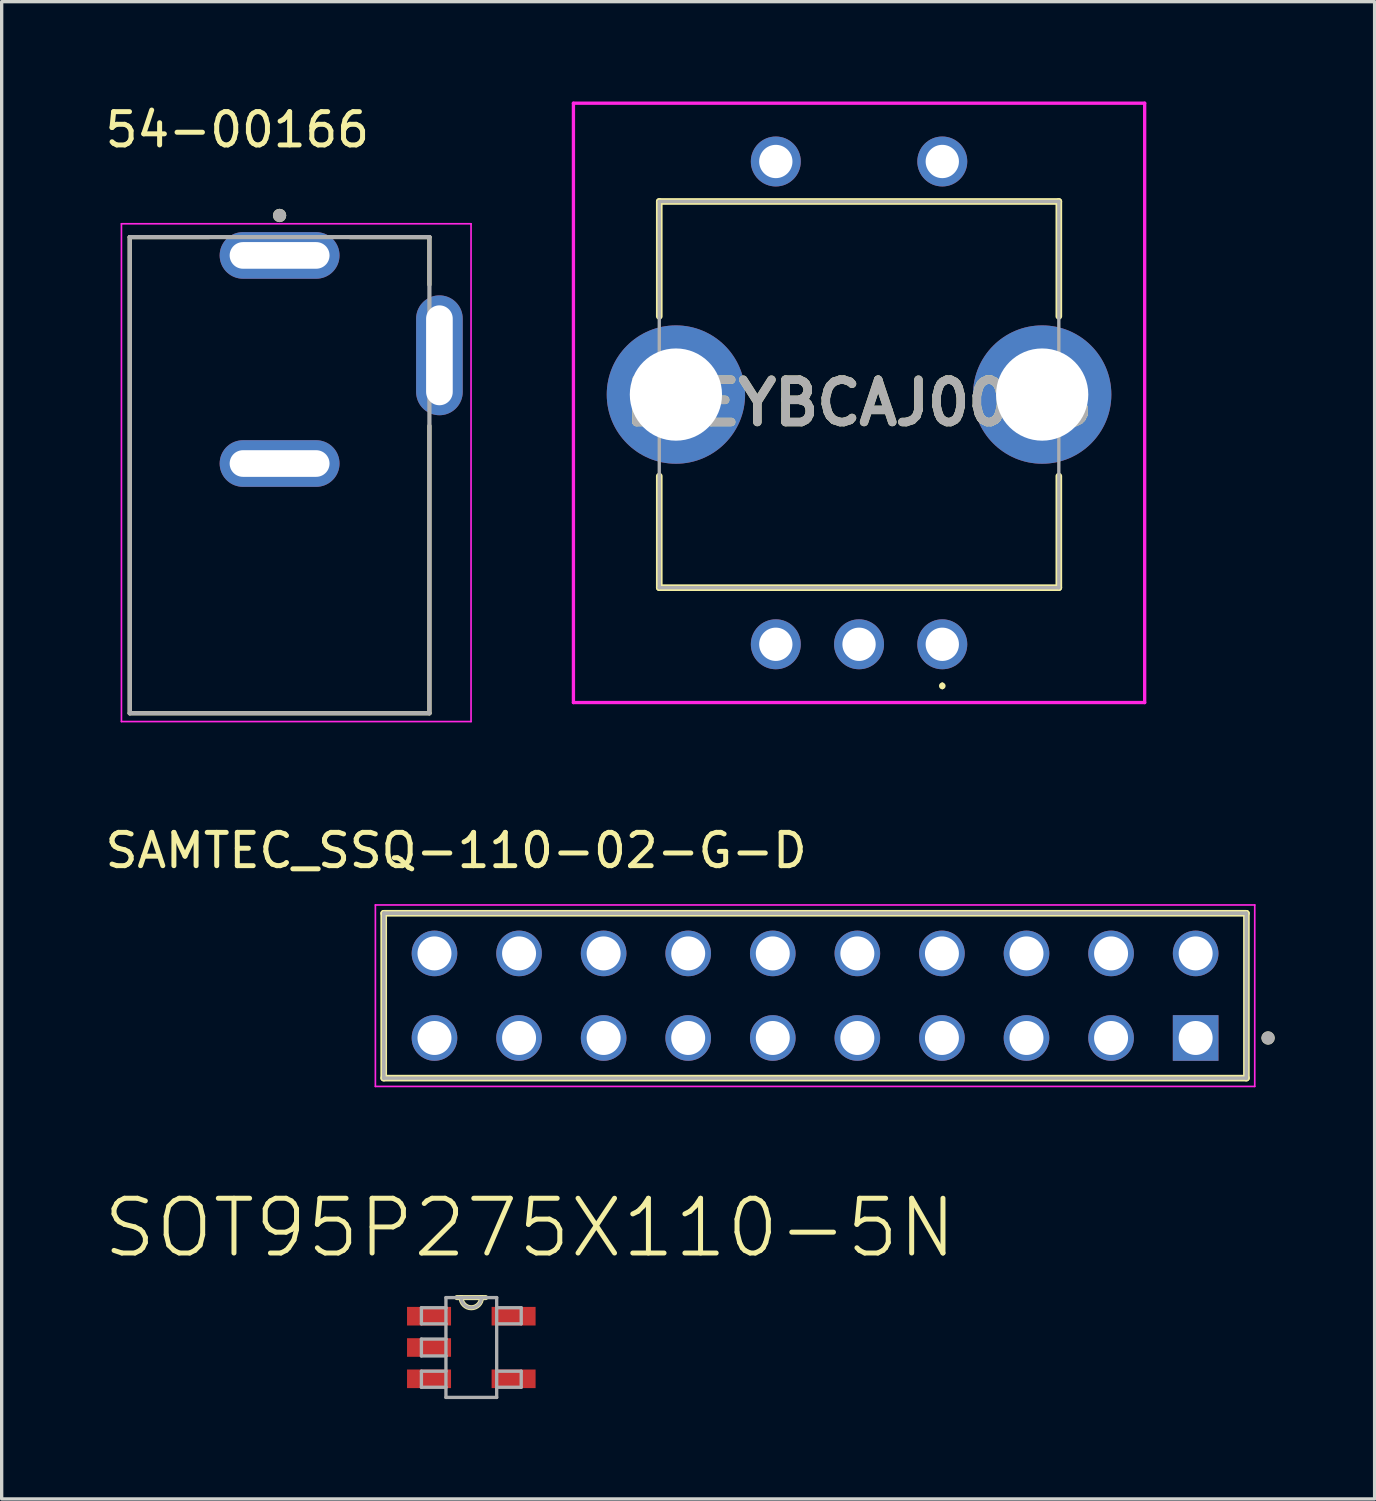
<source format=kicad_pcb>
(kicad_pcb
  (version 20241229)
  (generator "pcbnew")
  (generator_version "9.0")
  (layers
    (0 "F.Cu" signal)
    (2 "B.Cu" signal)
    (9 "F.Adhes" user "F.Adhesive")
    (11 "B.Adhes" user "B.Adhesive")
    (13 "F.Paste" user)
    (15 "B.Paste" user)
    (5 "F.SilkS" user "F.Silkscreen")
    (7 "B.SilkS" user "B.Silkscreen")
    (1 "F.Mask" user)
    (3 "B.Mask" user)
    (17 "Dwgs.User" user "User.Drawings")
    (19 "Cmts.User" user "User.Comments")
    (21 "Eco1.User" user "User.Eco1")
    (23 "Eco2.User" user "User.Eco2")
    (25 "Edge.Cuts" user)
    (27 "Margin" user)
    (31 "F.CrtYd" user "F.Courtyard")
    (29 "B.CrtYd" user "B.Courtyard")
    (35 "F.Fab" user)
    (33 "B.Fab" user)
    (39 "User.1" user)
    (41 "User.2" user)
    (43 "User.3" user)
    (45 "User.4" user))
  (footprint "SAMTEC_SSQ-110-02-G-D"
    (layer "F.Cu")
    (at 21.429 26.854)
    (property "Reference" "SAMTEC_SSQ-110-02-G-D" (at -10.78 -4.36 0) (layer "F.SilkS") (effects (font (size 1 1) (thickness 0.15))))
    (attr through_hole)
    (fp_line (start -12.955 2.475) (end -12.955 -2.475) (stroke (width 0.2) (type solid)) (layer "F.SilkS"))
    (fp_line (start 12.955 -2.475) (end -12.955 -2.475) (stroke (width 0.2) (type solid)) (layer "F.SilkS"))
    (fp_line (start 12.955 -2.475) (end 12.955 2.475) (stroke (width 0.2) (type solid)) (layer "F.SilkS"))
    (fp_line (start 12.955 2.475) (end -12.955 2.475) (stroke (width 0.2) (type solid)) (layer "F.SilkS"))
    (fp_circle (center 13.605 1.27) (end 13.705 1.27) (stroke (width 0.2) (type solid)) (fill no) (layer "F.SilkS"))
    (fp_line (start -13.205 -2.725) (end 13.205 -2.725) (stroke (width 0.05) (type solid)) (layer "F.CrtYd"))
    (fp_line (start -13.205 2.725) (end -13.205 -2.725) (stroke (width 0.05) (type solid)) (layer "F.CrtYd"))
    (fp_line (start 13.205 -2.725) (end 13.205 2.725) (stroke (width 0.05) (type solid)) (layer "F.CrtYd"))
    (fp_line (start 13.205 2.725) (end -13.205 2.725) (stroke (width 0.05) (type solid)) (layer "F.CrtYd"))
    (fp_line (start -12.955 -2.475) (end 12.955 -2.475) (stroke (width 0.1) (type solid)) (layer "F.Fab"))
    (fp_line (start -12.955 -2.475) (end 12.955 -2.475) (stroke (width 0.1) (type solid)) (layer "F.Fab"))
    (fp_line (start -12.955 2.475) (end -12.955 -2.475) (stroke (width 0.1) (type solid)) (layer "F.Fab"))
    (fp_line (start -12.955 2.475) (end -12.955 -2.475) (stroke (width 0.1) (type solid)) (layer "F.Fab"))
    (fp_line (start 12.955 -2.475) (end 12.955 2.475) (stroke (width 0.1) (type solid)) (layer "F.Fab"))
    (fp_line (start 12.955 -2.475) (end 12.955 2.475) (stroke (width 0.1) (type solid)) (layer "F.Fab"))
    (fp_line (start 12.955 2.475) (end -12.955 2.475) (stroke (width 0.1) (type solid)) (layer "F.Fab"))
    (fp_circle (center 13.605 1.27) (end 13.705 1.27) (stroke (width 0.2) (type solid)) (fill no) (layer "F.Fab"))
    (pad "01" thru_hole rect (at 11.43 1.27) (size 1.37 1.37) (drill 1.02) (layers "*.Cu" "*.Mask"))
    (pad "02" thru_hole circle (at 11.43 -1.27) (size 1.37 1.37) (drill 1.02) (layers "*.Cu" "*.Mask"))
    (pad "03" thru_hole circle (at 8.89 1.27) (size 1.37 1.37) (drill 1.02) (layers "*.Cu" "*.Mask"))
    (pad "04" thru_hole circle (at 8.89 -1.27) (size 1.37 1.37) (drill 1.02) (layers "*.Cu" "*.Mask"))
    (pad "05" thru_hole circle (at 6.35 1.27) (size 1.37 1.37) (drill 1.02) (layers "*.Cu" "*.Mask"))
    (pad "06" thru_hole circle (at 6.35 -1.27) (size 1.37 1.37) (drill 1.02) (layers "*.Cu" "*.Mask"))
    (pad "07" thru_hole circle (at 3.81 1.27) (size 1.37 1.37) (drill 1.02) (layers "*.Cu" "*.Mask"))
    (pad "08" thru_hole circle (at 3.81 -1.27) (size 1.37 1.37) (drill 1.02) (layers "*.Cu" "*.Mask"))
    (pad "09" thru_hole circle (at 1.27 1.27) (size 1.37 1.37) (drill 1.02) (layers "*.Cu" "*.Mask"))
    (pad "10" thru_hole circle (at 1.27 -1.27) (size 1.37 1.37) (drill 1.02) (layers "*.Cu" "*.Mask"))
    (pad "11" thru_hole circle (at -1.27 1.27) (size 1.37 1.37) (drill 1.02) (layers "*.Cu" "*.Mask"))
    (pad "12" thru_hole circle (at -1.27 -1.27) (size 1.37 1.37) (drill 1.02) (layers "*.Cu" "*.Mask"))
    (pad "13" thru_hole circle (at -3.81 1.27) (size 1.37 1.37) (drill 1.02) (layers "*.Cu" "*.Mask"))
    (pad "14" thru_hole circle (at -3.81 -1.27) (size 1.37 1.37) (drill 1.02) (layers "*.Cu" "*.Mask"))
    (pad "15" thru_hole circle (at -6.35 1.27) (size 1.37 1.37) (drill 1.02) (layers "*.Cu" "*.Mask"))
    (pad "16" thru_hole circle (at -6.35 -1.27) (size 1.37 1.37) (drill 1.02) (layers "*.Cu" "*.Mask"))
    (pad "17" thru_hole circle (at -8.89 1.27) (size 1.37 1.37) (drill 1.02) (layers "*.Cu" "*.Mask"))
    (pad "18" thru_hole circle (at -8.89 -1.27) (size 1.37 1.37) (drill 1.02) (layers "*.Cu" "*.Mask"))
    (pad "19" thru_hole circle (at -11.43 1.27) (size 1.37 1.37) (drill 1.02) (layers "*.Cu" "*.Mask"))
    (pad "20" thru_hole circle (at -11.43 -1.27) (size 1.37 1.37) (drill 1.02) (layers "*.Cu" "*.Mask")))
  (footprint "54-00166"
    (layer "F.Cu")
    (at 5.347 10.871)
    (property "Reference" "54-00166" (at -1.27 -10.023 0) (layer "F.SilkS") (effects (font (size 1 1) (thickness 0.15))))
    (attr through_hole)
    (fp_line (start -4.5 -6.8) (end -2.12 -6.8) (stroke (width 0.127) (type solid)) (layer "F.SilkS"))
    (fp_line (start -4.5 7.5) (end -4.5 -6.8) (stroke (width 0.127) (type solid)) (layer "F.SilkS"))
    (fp_line (start 2.12 -6.8) (end 4.5 -6.8) (stroke (width 0.127) (type solid)) (layer "F.SilkS"))
    (fp_line (start 4.5 -6.8) (end 4.5 -5.37) (stroke (width 0.127) (type solid)) (layer "F.SilkS"))
    (fp_line (start 4.5 7.5) (end -4.5 7.5) (stroke (width 0.127) (type solid)) (layer "F.SilkS"))
    (fp_line (start 4.5 7.5) (end 4.5 -1.13) (stroke (width 0.127) (type solid)) (layer "F.SilkS"))
    (fp_circle (center 0 -7.45) (end 0.1 -7.45) (stroke (width 0.2) (type solid)) (fill no) (layer "F.SilkS"))
    (fp_line (start -4.75 -7.2) (end -4.75 7.75) (stroke (width 0.05) (type solid)) (layer "F.CrtYd"))
    (fp_line (start -4.75 7.75) (end 5.75 7.75) (stroke (width 0.05) (type solid)) (layer "F.CrtYd"))
    (fp_line (start 5.75 -7.2) (end -4.75 -7.2) (stroke (width 0.05) (type solid)) (layer "F.CrtYd"))
    (fp_line (start 5.75 7.75) (end 5.75 -7.2) (stroke (width 0.05) (type solid)) (layer "F.CrtYd"))
    (fp_line (start -4.5 -6.8) (end 4.5 -6.8) (stroke (width 0.127) (type solid)) (layer "F.Fab"))
    (fp_line (start -4.5 7.5) (end -4.5 -6.8) (stroke (width 0.127) (type solid)) (layer "F.Fab"))
    (fp_line (start 4.5 -6.8) (end 4.5 7.5) (stroke (width 0.127) (type solid)) (layer "F.Fab"))
    (fp_line (start 4.5 7.5) (end -4.5 7.5) (stroke (width 0.127) (type solid)) (layer "F.Fab"))
    (fp_circle (center 0 -7.45) (end 0.1 -7.45) (stroke (width 0.2) (type solid)) (fill no) (layer "F.Fab"))
    (pad "A" thru_hole oval (at 0 -6.25) (size 3.6 1.4) (drill oval 3 0.8) (layers "*.Cu" "*.Mask"))
    (pad "B" thru_hole oval (at 0 0) (size 3.6 1.4) (drill oval 3 0.8) (layers "*.Cu" "*.Mask"))
    (pad "C" thru_hole oval (at 4.8 -3.25) (size 1.4 3.6) (drill oval 0.8 3) (layers "*.Cu" "*.Mask")))
  (footprint "SOT95P275X110-5N"
    (layer "F.Cu")
    (at 11.105 37.42)
    (property "Reference" "SOT95P275X110-5N" (at 1.757 -3.591 0) (layer "F.SilkS") (effects (font (size 1.644 1.644) (thickness 0.15))))
    (attr smd)
    (fp_line (start -0.305 -1.499) (end -0.432 -1.499) (stroke (width 0.152) (type solid)) (layer "F.SilkS"))
    (fp_line (start 0.305 -1.499) (end -0.305 -1.499) (stroke (width 0.152) (type solid)) (layer "F.SilkS"))
    (fp_line (start 0.432 -1.499) (end 0.305 -1.499) (stroke (width 0.152) (type solid)) (layer "F.SilkS"))
    (fp_arc (start 0.3048 -1.4986) (mid 0 -1.1938) (end -0.3048 -1.4986) (stroke (width 0.1524) (type solid)) (layer "F.SilkS"))
    (fp_line (start -1.499 -1.194) (end -1.499 -0.711) (stroke (width 0.1) (type solid)) (layer "F.Fab"))
    (fp_line (start -1.499 -0.711) (end -0.762 -0.711) (stroke (width 0.1) (type solid)) (layer "F.Fab"))
    (fp_line (start -1.499 -0.254) (end -1.499 0.254) (stroke (width 0.1) (type solid)) (layer "F.Fab"))
    (fp_line (start -1.499 0.254) (end -0.762 0.254) (stroke (width 0.1) (type solid)) (layer "F.Fab"))
    (fp_line (start -1.499 0.711) (end -1.499 1.194) (stroke (width 0.1) (type solid)) (layer "F.Fab"))
    (fp_line (start -1.499 1.194) (end -0.762 1.194) (stroke (width 0.1) (type solid)) (layer "F.Fab"))
    (fp_line (start -0.762 -1.499) (end -0.762 -1.194) (stroke (width 0.1) (type solid)) (layer "F.Fab"))
    (fp_line (start -0.762 -1.194) (end -1.499 -1.194) (stroke (width 0.1) (type solid)) (layer "F.Fab"))
    (fp_line (start -0.762 -1.194) (end -0.762 -0.711) (stroke (width 0.1) (type solid)) (layer "F.Fab"))
    (fp_line (start -0.762 -0.711) (end -0.762 -0.254) (stroke (width 0.1) (type solid)) (layer "F.Fab"))
    (fp_line (start -0.762 -0.254) (end -1.499 -0.254) (stroke (width 0.1) (type solid)) (layer "F.Fab"))
    (fp_line (start -0.762 -0.254) (end -0.762 0.254) (stroke (width 0.1) (type solid)) (layer "F.Fab"))
    (fp_line (start -0.762 0.254) (end -0.762 0.711) (stroke (width 0.1) (type solid)) (layer "F.Fab"))
    (fp_line (start -0.762 0.711) (end -1.499 0.711) (stroke (width 0.1) (type solid)) (layer "F.Fab"))
    (fp_line (start -0.762 1.194) (end -0.762 0.711) (stroke (width 0.1) (type solid)) (layer "F.Fab"))
    (fp_line (start -0.762 1.499) (end -0.762 1.194) (stroke (width 0.1) (type solid)) (layer "F.Fab"))
    (fp_line (start -0.762 1.499) (end 0.762 1.499) (stroke (width 0.1) (type solid)) (layer "F.Fab"))
    (fp_line (start -0.305 -1.499) (end -0.762 -1.499) (stroke (width 0.1) (type solid)) (layer "F.Fab"))
    (fp_line (start 0.305 -1.499) (end -0.305 -1.499) (stroke (width 0.1) (type solid)) (layer "F.Fab"))
    (fp_line (start 0.762 -1.499) (end 0.305 -1.499) (stroke (width 0.1) (type solid)) (layer "F.Fab"))
    (fp_line (start 0.762 -1.499) (end 0.762 -1.194) (stroke (width 0.1) (type solid)) (layer "F.Fab"))
    (fp_line (start 0.762 -1.194) (end 0.762 -0.711) (stroke (width 0.1) (type solid)) (layer "F.Fab"))
    (fp_line (start 0.762 -0.711) (end 1.499 -0.711) (stroke (width 0.1) (type solid)) (layer "F.Fab"))
    (fp_line (start 0.762 0.711) (end 0.762 -0.711) (stroke (width 0.1) (type solid)) (layer "F.Fab"))
    (fp_line (start 0.762 1.194) (end 0.762 0.711) (stroke (width 0.1) (type solid)) (layer "F.Fab"))
    (fp_line (start 0.762 1.194) (end 1.499 1.194) (stroke (width 0.1) (type solid)) (layer "F.Fab"))
    (fp_line (start 0.762 1.499) (end 0.762 1.194) (stroke (width 0.1) (type solid)) (layer "F.Fab"))
    (fp_line (start 1.499 -1.194) (end 0.762 -1.194) (stroke (width 0.1) (type solid)) (layer "F.Fab"))
    (fp_line (start 1.499 -0.711) (end 1.499 -1.194) (stroke (width 0.1) (type solid)) (layer "F.Fab"))
    (fp_line (start 1.499 0.711) (end 0.762 0.711) (stroke (width 0.1) (type solid)) (layer "F.Fab"))
    (fp_line (start 1.499 1.194) (end 1.499 0.711) (stroke (width 0.1) (type solid)) (layer "F.Fab"))
    (fp_arc (start 0.3048 -1.4986) (mid 0 -1.1938) (end -0.3048 -1.4986) (stroke (width 0.1) (type solid)) (layer "F.Fab"))
    (pad "1" smd rect (at -1.27 -0.94) (size 1.321 0.559) (layers "F.Cu" "F.Mask" "F.Paste"))
    (pad "2" smd rect (at -1.27 0) (size 1.321 0.559) (layers "F.Cu" "F.Mask" "F.Paste"))
    (pad "3" smd rect (at -1.27 0.94) (size 1.321 0.559) (layers "F.Cu" "F.Mask" "F.Paste"))
    (pad "4" smd rect (at 1.27 0.94) (size 1.321 0.559) (layers "F.Cu" "F.Mask" "F.Paste"))
    (pad "5" smd rect (at 1.27 -0.94) (size 1.321 0.559) (layers "F.Cu" "F.Mask" "F.Paste")))
  (footprint "EVEYBCAJ008B"
    (layer "F.Cu")
    (at 25.25 16.3)
    (property "Reference" "EVEYBCAJ008B" (at -2.5 -7.25 0) (layer "F.SilkS") (effects (font (size 1.27 1.27) (thickness 0.254))))
    (attr through_hole)
    (fp_line (start -8.5 -13.3) (end 3.5 -13.3) (stroke (width 0.2) (type solid)) (layer "F.SilkS"))
    (fp_line (start -8.5 -9.85) (end -8.5 -13.3) (stroke (width 0.2) (type solid)) (layer "F.SilkS"))
    (fp_line (start -8.5 -5.05) (end -8.5 -1.7) (stroke (width 0.2) (type solid)) (layer "F.SilkS"))
    (fp_line (start -8.5 -1.7) (end 3.5 -1.7) (stroke (width 0.2) (type solid)) (layer "F.SilkS"))
    (fp_line (start 0 1.2) (end 0 1.2) (stroke (width 0.1) (type solid)) (layer "F.SilkS"))
    (fp_line (start 0 1.3) (end 0 1.3) (stroke (width 0.1) (type solid)) (layer "F.SilkS"))
    (fp_line (start 3.5 -13.3) (end 3.5 -9.85) (stroke (width 0.2) (type solid)) (layer "F.SilkS"))
    (fp_line (start 3.5 -1.7) (end 3.5 -5.05) (stroke (width 0.2) (type solid)) (layer "F.SilkS"))
    (fp_arc (start 0 1.2) (mid 0.05 1.25) (end 0 1.3) (stroke (width 0.1) (type solid)) (layer "F.SilkS"))
    (fp_arc (start 0 1.3) (mid -0.05 1.25) (end 0 1.2) (stroke (width 0.1) (type solid)) (layer "F.SilkS"))
    (fp_line (start -11.078 -16.25) (end 6.078 -16.25) (stroke (width 0.1) (type solid)) (layer "F.CrtYd"))
    (fp_line (start -11.078 1.75) (end -11.078 -16.25) (stroke (width 0.1) (type solid)) (layer "F.CrtYd"))
    (fp_line (start 6.078 -16.25) (end 6.078 1.75) (stroke (width 0.1) (type solid)) (layer "F.CrtYd"))
    (fp_line (start 6.078 1.75) (end -11.078 1.75) (stroke (width 0.1) (type solid)) (layer "F.CrtYd"))
    (fp_line (start -8.5 -13.3) (end 3.5 -13.3) (stroke (width 0.1) (type solid)) (layer "F.Fab"))
    (fp_line (start -8.5 -1.7) (end -8.5 -13.3) (stroke (width 0.1) (type solid)) (layer "F.Fab"))
    (fp_line (start 3.5 -13.3) (end 3.5 -1.7) (stroke (width 0.1) (type solid)) (layer "F.Fab"))
    (fp_line (start 3.5 -1.7) (end -8.5 -1.7) (stroke (width 0.1) (type solid)) (layer "F.Fab"))
    (fp_text user "${REFERENCE}" (at -2.5 -7.25 0) (layer "F.Fab") (effects (font (size 1.27 1.27) (thickness 0.254))))
    (pad "A1" thru_hole circle (at 0 0) (size 1.5 1.5) (drill 1) (layers "*.Cu" "*.Mask"))
    (pad "B1" thru_hole circle (at -2.5 0) (size 1.5 1.5) (drill 1) (layers "*.Cu" "*.Mask"))
    (pad "B2" thru_hole circle (at -5 0) (size 1.5 1.5) (drill 1) (layers "*.Cu" "*.Mask"))
    (pad "COM1" thru_hole circle (at -5 -14.5) (size 1.5 1.5) (drill 1) (layers "*.Cu" "*.Mask"))
    (pad "MH1" thru_hole circle (at 3 -7.5) (size 4.155 4.155) (drill 2.77) (layers "*.Cu" "*.Mask"))
    (pad "MH2" thru_hole circle (at -8 -7.5) (size 4.155 4.155) (drill 2.77) (layers "*.Cu" "*.Mask"))
    (pad "S1" thru_hole circle (at 0 -14.5) (size 1.5 1.5) (drill 1) (layers "*.Cu" "*.Mask")))
  (gr_rect
    (start -3 -3)
    (end 38.234 41.968)
    (stroke (width 0.1) (type default))
    (fill no)
    (layer "Edge.Cuts")))
</source>
